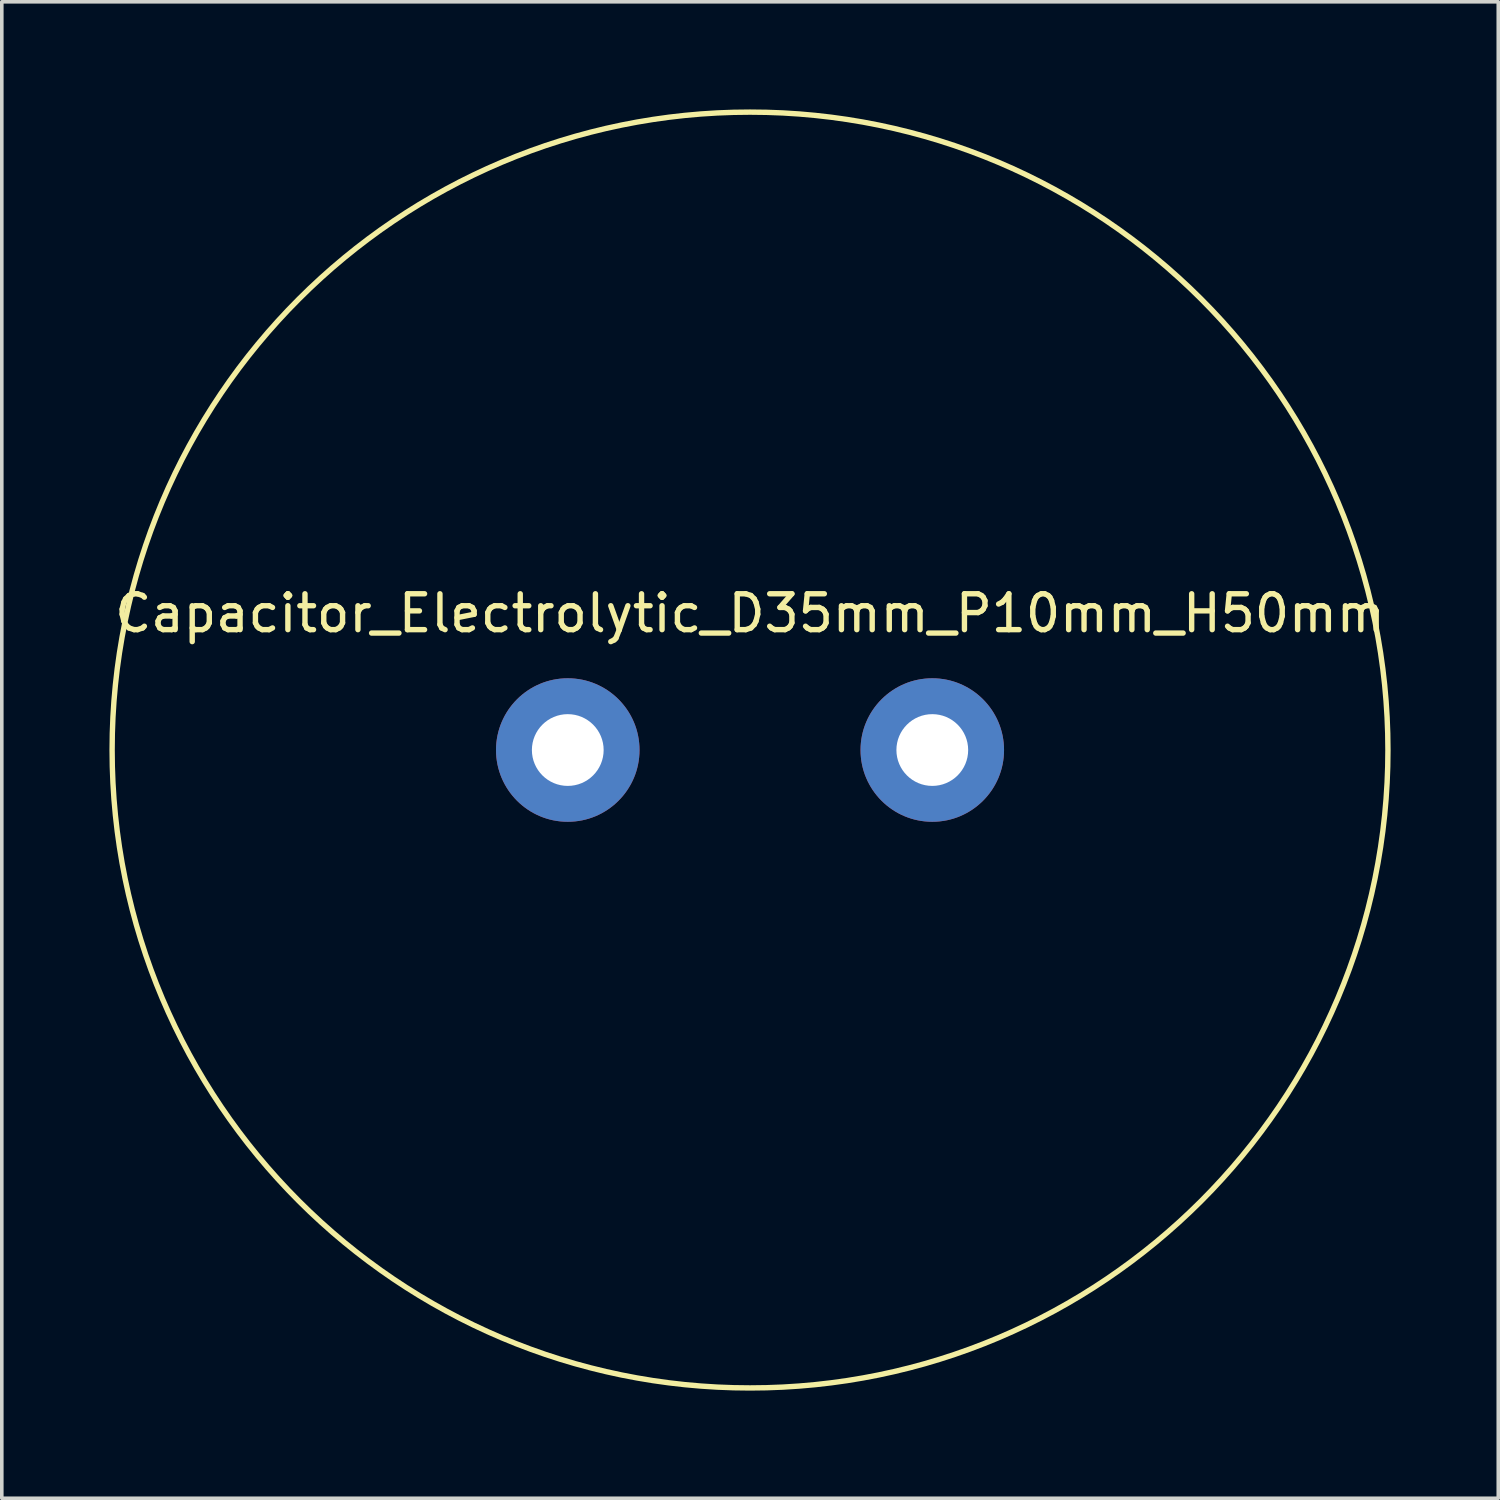
<source format=kicad_pcb>
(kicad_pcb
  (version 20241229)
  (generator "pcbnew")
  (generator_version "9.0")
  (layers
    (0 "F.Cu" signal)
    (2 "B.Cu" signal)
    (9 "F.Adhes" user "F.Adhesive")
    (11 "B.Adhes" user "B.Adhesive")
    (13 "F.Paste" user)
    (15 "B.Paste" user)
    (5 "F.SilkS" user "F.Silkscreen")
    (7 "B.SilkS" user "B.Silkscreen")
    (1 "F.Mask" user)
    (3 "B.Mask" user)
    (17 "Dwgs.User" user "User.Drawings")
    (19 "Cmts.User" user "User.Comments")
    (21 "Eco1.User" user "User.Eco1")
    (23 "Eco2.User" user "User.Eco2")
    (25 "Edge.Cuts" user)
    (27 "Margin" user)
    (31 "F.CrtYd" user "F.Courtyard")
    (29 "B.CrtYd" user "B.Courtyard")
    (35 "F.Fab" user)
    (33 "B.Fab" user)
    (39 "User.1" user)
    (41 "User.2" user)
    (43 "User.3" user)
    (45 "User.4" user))
  (footprint "Capacitor_Electrolytic_D35mm_P10mm_H50mm"
    (layer "F.Cu")
    (at 17.855 17.855)
    (property "Reference" "Capacitor_Electrolytic_D35mm_P10mm_H50mm" (at 0 -3.81 0) (layer "F.SilkS") (effects (font (size 1 1) (thickness 0.15))))
    (attr through_hole)
    (fp_circle (center 0 0) (end 17.78 0) (stroke (width 0.15) (type solid)) (fill no) (layer "F.SilkS"))
    (pad "1" thru_hole circle (at 5.08 0) (size 4 4) (drill 2) (layers "*.Cu" "*.Mask"))
    (pad "2" thru_hole circle (at -5.08 0) (size 4 4) (drill 2) (layers "*.Cu" "*.Mask")))
  (gr_rect
    (start -3 -3)
    (end 38.71 38.71)
    (stroke (width 0.1) (type default))
    (fill no)
    (layer "Edge.Cuts")))
</source>
